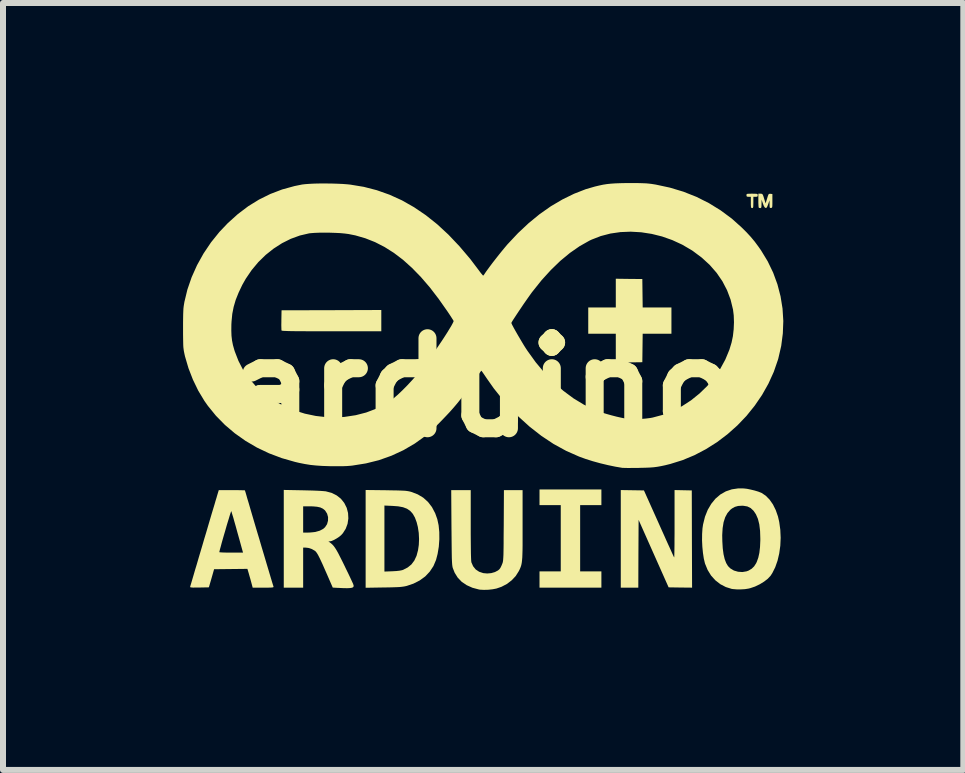
<source format=kicad_pcb>
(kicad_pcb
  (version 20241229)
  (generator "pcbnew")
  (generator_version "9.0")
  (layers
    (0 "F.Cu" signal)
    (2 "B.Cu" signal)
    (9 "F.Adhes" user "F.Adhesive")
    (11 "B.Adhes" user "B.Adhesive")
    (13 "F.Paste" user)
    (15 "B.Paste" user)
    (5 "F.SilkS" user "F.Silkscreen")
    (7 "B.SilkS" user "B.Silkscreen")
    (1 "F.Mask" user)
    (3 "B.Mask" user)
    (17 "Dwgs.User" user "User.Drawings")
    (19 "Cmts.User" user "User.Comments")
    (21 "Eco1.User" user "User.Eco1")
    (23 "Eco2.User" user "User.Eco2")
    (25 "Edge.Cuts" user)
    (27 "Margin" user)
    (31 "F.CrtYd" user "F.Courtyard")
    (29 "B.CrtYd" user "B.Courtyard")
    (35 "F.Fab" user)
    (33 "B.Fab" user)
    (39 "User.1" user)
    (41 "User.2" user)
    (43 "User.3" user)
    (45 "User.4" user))
  (footprint "arduino"
    (layer "F.Cu")
    (at 5.001 3.407)
    (property "Reference" "arduino" (at 0 0 0) (layer "F.SilkS") (effects (font (size 1.5 1.5) (thickness 0.3))))
    (attr board_only exclude_from_pos_files exclude_from_bom)
    (fp_poly (pts (xy -1.698 -1.115) (xy -1.698 -0.938) (xy -2.527 -0.938) (xy -2.683 -0.938) (xy -2.819 -0.938) (xy -2.936 -0.938) (xy -3.037 -0.939) (xy -3.121 -0.939) (xy -3.19 -0.94) (xy -3.246 -0.941) (xy -3.289 -0.943) (xy -3.321 -0.944) (xy -3.343 -0.946) (xy -3.355 -0.948) (xy -3.36 -0.951) (xy -3.361 -0.951) (xy -3.362 -0.966) (xy -3.363 -0.997) (xy -3.364 -1.042) (xy -3.363 -1.095) (xy -3.363 -1.126) (xy -3.36 -1.287) (xy -2.529 -1.289) (xy -1.698 -1.292)) (stroke (width 0) (type solid)) (fill yes) (layer "F.SilkS"))
    (fp_poly (pts (xy 1.969 1.828) (xy 1.969 1.959) (xy 1.792 1.959) (xy 1.615 1.959) (xy 1.615 2.511) (xy 1.615 3.063) (xy 1.792 3.063) (xy 1.969 3.063) (xy 1.969 3.198) (xy 1.969 3.334) (xy 1.453 3.334) (xy 0.938 3.334) (xy 0.938 3.198) (xy 0.938 3.063) (xy 1.115 3.063) (xy 1.292 3.063) (xy 1.292 2.511) (xy 1.292 1.959) (xy 1.115 1.959) (xy 0.938 1.959) (xy 0.938 1.828) (xy 0.938 1.698) (xy 1.453 1.698) (xy 1.969 1.698)) (stroke (width 0) (type solid)) (fill yes) (layer "F.SilkS"))
    (fp_poly (pts (xy 2.43 -1.81) (xy 2.651 -1.808) (xy 2.654 -1.571) (xy 2.657 -1.334) (xy 2.897 -1.334) (xy 3.136 -1.334) (xy 3.136 -1.115) (xy 3.136 -0.896) (xy 2.897 -0.896) (xy 2.657 -0.896) (xy 2.654 -0.659) (xy 2.651 -0.422) (xy 2.43 -0.419) (xy 2.209 -0.416) (xy 2.209 -0.656) (xy 2.209 -0.896) (xy 1.979 -0.896) (xy 1.75 -0.896) (xy 1.75 -1.115) (xy 1.75 -1.334) (xy 1.979 -1.334) (xy 2.209 -1.334) (xy 2.209 -1.573) (xy 2.209 -1.813)) (stroke (width 0) (type solid)) (fill yes) (layer "F.SilkS"))
    (fp_poly (pts (xy 4.524 -3.229) (xy 4.552 -3.228) (xy 4.567 -3.224) (xy 4.573 -3.217) (xy 4.574 -3.206) (xy 4.574 -3.204) (xy 4.571 -3.186) (xy 4.559 -3.179) (xy 4.537 -3.178) (xy 4.501 -3.178) (xy 4.501 -3.084) (xy 4.5 -3.039) (xy 4.499 -3.012) (xy 4.495 -2.997) (xy 4.488 -2.991) (xy 4.48 -2.99) (xy 4.47 -2.992) (xy 4.464 -2.999) (xy 4.461 -3.016) (xy 4.459 -3.047) (xy 4.459 -3.084) (xy 4.459 -3.178) (xy 4.423 -3.178) (xy 4.398 -3.18) (xy 4.388 -3.188) (xy 4.386 -3.204) (xy 4.387 -3.216) (xy 4.392 -3.224) (xy 4.405 -3.228) (xy 4.43 -3.229) (xy 4.472 -3.23) (xy 4.48 -3.23)) (stroke (width 0) (type solid)) (fill yes) (layer "F.SilkS"))
    (fp_poly (pts (xy 3.331 1.711) (xy 3.475 1.714) (xy 3.477 2.524) (xy 3.48 3.334) (xy 3.284 3.332) (xy 3.089 3.329) (xy 2.839 2.767) (xy 2.589 2.205) (xy 2.586 2.769) (xy 2.584 3.334) (xy 2.438 3.334) (xy 2.292 3.334) (xy 2.292 2.521) (xy 2.292 1.708) (xy 2.485 1.711) (xy 2.678 1.714) (xy 2.927 2.269) (xy 2.972 2.37) (xy 3.015 2.465) (xy 3.054 2.553) (xy 3.09 2.632) (xy 3.121 2.7) (xy 3.146 2.756) (xy 3.165 2.797) (xy 3.177 2.823) (xy 3.181 2.831) (xy 3.183 2.822) (xy 3.184 2.794) (xy 3.185 2.749) (xy 3.186 2.689) (xy 3.187 2.615) (xy 3.187 2.53) (xy 3.188 2.436) (xy 3.188 2.333) (xy 3.188 2.273) (xy 3.188 1.708)) (stroke (width 0) (type solid)) (fill yes) (layer "F.SilkS"))
    (fp_poly (pts (xy 4.637 -3.229) (xy 4.649 -3.224) (xy 4.659 -3.211) (xy 4.669 -3.185) (xy 4.68 -3.149) (xy 4.705 -3.068) (xy 4.73 -3.149) (xy 4.742 -3.189) (xy 4.751 -3.213) (xy 4.76 -3.225) (xy 4.772 -3.228) (xy 4.786 -3.228) (xy 4.818 -3.224) (xy 4.818 -3.11) (xy 4.818 -3.06) (xy 4.817 -3.027) (xy 4.815 -3.007) (xy 4.809 -2.997) (xy 4.801 -2.993) (xy 4.795 -2.992) (xy 4.782 -2.992) (xy 4.775 -2.998) (xy 4.772 -3.016) (xy 4.771 -3.05) (xy 4.771 -3.054) (xy 4.77 -3.12) (xy 4.748 -3.055) (xy 4.734 -3.019) (xy 4.723 -2.999) (xy 4.712 -2.992) (xy 4.705 -2.992) (xy 4.691 -3.001) (xy 4.676 -3.024) (xy 4.661 -3.063) (xy 4.638 -3.131) (xy 4.637 -3.06) (xy 4.636 -3.023) (xy 4.633 -3.001) (xy 4.626 -2.992) (xy 4.617 -2.99) (xy 4.597 -2.993) (xy 4.591 -2.997) (xy 4.588 -3.01) (xy 4.586 -3.039) (xy 4.584 -3.079) (xy 4.584 -3.117) (xy 4.584 -3.23) (xy 4.619 -3.23)) (stroke (width 0) (type solid)) (fill yes) (layer "F.SilkS"))
    (fp_poly (pts (xy -1.617 1.711) (xy -1.523 1.713) (xy -1.446 1.714) (xy -1.385 1.716) (xy -1.337 1.718) (xy -1.299 1.72) (xy -1.268 1.724) (xy -1.243 1.728) (xy -1.22 1.733) (xy -1.198 1.739) (xy -1.091 1.78) (xy -0.999 1.835) (xy -0.92 1.906) (xy -0.854 1.992) (xy -0.8 2.095) (xy -0.765 2.193) (xy -0.743 2.295) (xy -0.732 2.408) (xy -0.731 2.529) (xy -0.74 2.652) (xy -0.76 2.772) (xy -0.786 2.872) (xy -0.829 2.974) (xy -0.89 3.066) (xy -0.966 3.147) (xy -1.058 3.214) (xy -1.162 3.267) (xy -1.271 3.304) (xy -1.3 3.311) (xy -1.328 3.316) (xy -1.359 3.32) (xy -1.396 3.324) (xy -1.442 3.326) (xy -1.5 3.328) (xy -1.573 3.33) (xy -1.659 3.331) (xy -1.959 3.336) (xy -1.959 2.521) (xy -1.959 2.516) (xy -1.646 2.516) (xy -1.646 3.066) (xy -1.513 3.061) (xy -1.444 3.057) (xy -1.392 3.051) (xy -1.352 3.043) (xy -1.332 3.036) (xy -1.257 2.997) (xy -1.196 2.947) (xy -1.148 2.883) (xy -1.111 2.804) (xy -1.086 2.71) (xy -1.073 2.621) (xy -1.069 2.524) (xy -1.074 2.422) (xy -1.089 2.323) (xy -1.109 2.244) (xy -1.138 2.166) (xy -1.174 2.103) (xy -1.217 2.055) (xy -1.27 2.019) (xy -1.336 1.994) (xy -1.417 1.979) (xy -1.513 1.972) (xy -1.646 1.966) (xy -1.646 2.516) (xy -1.959 2.516) (xy -1.959 1.707)) (stroke (width 0) (type solid)) (fill yes) (layer "F.SilkS"))
    (fp_poly (pts (xy -0.208 2.289) (xy -0.208 2.438) (xy -0.207 2.566) (xy -0.206 2.674) (xy -0.205 2.762) (xy -0.203 2.829) (xy -0.201 2.877) (xy -0.198 2.906) (xy -0.197 2.912) (xy -0.168 2.978) (xy -0.125 3.031) (xy -0.068 3.069) (xy 0.001 3.092) (xy 0.067 3.098) (xy 0.134 3.092) (xy 0.196 3.074) (xy 0.247 3.047) (xy 0.27 3.027) (xy 0.286 3.005) (xy 0.303 2.971) (xy 0.315 2.942) (xy 0.32 2.929) (xy 0.325 2.915) (xy 0.328 2.9) (xy 0.331 2.881) (xy 0.333 2.858) (xy 0.335 2.827) (xy 0.337 2.787) (xy 0.338 2.737) (xy 0.339 2.674) (xy 0.34 2.598) (xy 0.34 2.505) (xy 0.341 2.395) (xy 0.342 2.295) (xy 0.345 1.709) (xy 0.501 1.709) (xy 0.656 1.709) (xy 0.656 2.29) (xy 0.656 2.421) (xy 0.656 2.534) (xy 0.656 2.63) (xy 0.655 2.71) (xy 0.653 2.777) (xy 0.651 2.832) (xy 0.647 2.877) (xy 0.643 2.914) (xy 0.637 2.946) (xy 0.63 2.973) (xy 0.621 2.998) (xy 0.611 3.022) (xy 0.599 3.047) (xy 0.591 3.062) (xy 0.541 3.141) (xy 0.474 3.212) (xy 0.394 3.273) (xy 0.304 3.32) (xy 0.22 3.349) (xy 0.157 3.361) (xy 0.085 3.369) (xy 0.013 3.371) (xy -0.05 3.368) (xy -0.07 3.365) (xy -0.179 3.336) (xy -0.275 3.293) (xy -0.358 3.237) (xy -0.425 3.167) (xy -0.476 3.085) (xy -0.507 3.006) (xy -0.511 2.991) (xy -0.514 2.973) (xy -0.517 2.95) (xy -0.519 2.922) (xy -0.521 2.886) (xy -0.523 2.84) (xy -0.524 2.783) (xy -0.525 2.713) (xy -0.526 2.628) (xy -0.527 2.527) (xy -0.528 2.407) (xy -0.529 2.326) (xy -0.533 1.709) (xy -0.371 1.709) (xy -0.208 1.709)) (stroke (width 0) (type solid)) (fill yes) (layer "F.SilkS"))
    (fp_poly (pts (xy 4.339 1.681) (xy 4.394 1.687) (xy 4.457 1.7) (xy 4.523 1.716) (xy 4.583 1.734) (xy 4.631 1.753) (xy 4.64 1.757) (xy 4.708 1.803) (xy 4.771 1.867) (xy 4.827 1.947) (xy 4.874 2.042) (xy 4.911 2.148) (xy 4.932 2.24) (xy 4.95 2.37) (xy 4.956 2.503) (xy 4.95 2.635) (xy 4.932 2.764) (xy 4.904 2.884) (xy 4.865 2.995) (xy 4.817 3.091) (xy 4.787 3.137) (xy 4.741 3.186) (xy 4.679 3.234) (xy 4.607 3.278) (xy 4.528 3.316) (xy 4.448 3.343) (xy 4.418 3.35) (xy 4.361 3.359) (xy 4.294 3.363) (xy 4.226 3.363) (xy 4.166 3.358) (xy 4.141 3.355) (xy 4.042 3.324) (xy 3.95 3.276) (xy 3.867 3.211) (xy 3.796 3.132) (xy 3.739 3.039) (xy 3.697 2.937) (xy 3.694 2.928) (xy 3.675 2.848) (xy 3.661 2.754) (xy 3.651 2.652) (xy 3.646 2.546) (xy 3.647 2.459) (xy 3.982 2.459) (xy 3.984 2.563) (xy 3.991 2.679) (xy 4.004 2.777) (xy 4.023 2.858) (xy 4.048 2.924) (xy 4.079 2.975) (xy 4.117 3.013) (xy 4.177 3.049) (xy 4.246 3.069) (xy 4.318 3.074) (xy 4.389 3.062) (xy 4.423 3.049) (xy 4.474 3.018) (xy 4.514 2.979) (xy 4.548 2.926) (xy 4.558 2.904) (xy 4.583 2.835) (xy 4.601 2.754) (xy 4.612 2.658) (xy 4.617 2.545) (xy 4.617 2.516) (xy 4.613 2.389) (xy 4.6 2.28) (xy 4.577 2.188) (xy 4.544 2.112) (xy 4.504 2.053) (xy 4.456 2.008) (xy 4.401 1.981) (xy 4.336 1.97) (xy 4.314 1.969) (xy 4.247 1.973) (xy 4.193 1.988) (xy 4.145 2.015) (xy 4.116 2.038) (xy 4.069 2.092) (xy 4.032 2.16) (xy 4.005 2.244) (xy 3.989 2.343) (xy 3.982 2.459) (xy 3.647 2.459) (xy 3.647 2.443) (xy 3.653 2.349) (xy 3.663 2.281) (xy 3.695 2.152) (xy 3.741 2.037) (xy 3.8 1.937) (xy 3.87 1.851) (xy 3.951 1.782) (xy 4.042 1.73) (xy 4.142 1.696) (xy 4.25 1.68)) (stroke (width 0) (type solid)) (fill yes) (layer "F.SilkS"))
    (fp_poly (pts (xy -3.008 1.712) (xy -2.925 1.714) (xy -2.845 1.716) (xy -2.772 1.719) (xy -2.709 1.722) (xy -2.658 1.726) (xy -2.625 1.729) (xy -2.62 1.73) (xy -2.526 1.755) (xy -2.442 1.797) (xy -2.371 1.853) (xy -2.315 1.923) (xy -2.274 2.005) (xy -2.252 2.091) (xy -2.247 2.181) (xy -2.26 2.27) (xy -2.291 2.353) (xy -2.338 2.427) (xy -2.365 2.457) (xy -2.398 2.485) (xy -2.44 2.513) (xy -2.484 2.538) (xy -2.525 2.556) (xy -2.556 2.563) (xy -2.558 2.563) (xy -2.579 2.564) (xy -2.558 2.579) (xy -2.533 2.598) (xy -2.51 2.619) (xy -2.489 2.643) (xy -2.468 2.672) (xy -2.444 2.71) (xy -2.417 2.758) (xy -2.386 2.819) (xy -2.348 2.894) (xy -2.318 2.955) (xy -2.283 3.028) (xy -2.249 3.097) (xy -2.22 3.158) (xy -2.196 3.21) (xy -2.178 3.249) (xy -2.167 3.273) (xy -2.166 3.277) (xy -2.159 3.298) (xy -2.16 3.315) (xy -2.169 3.328) (xy -2.189 3.336) (xy -2.221 3.341) (xy -2.267 3.343) (xy -2.33 3.342) (xy -2.411 3.338) (xy -2.439 3.337) (xy -2.507 3.333) (xy -2.594 3.133) (xy -2.638 3.033) (xy -2.674 2.951) (xy -2.705 2.884) (xy -2.73 2.832) (xy -2.751 2.791) (xy -2.769 2.761) (xy -2.784 2.74) (xy -2.797 2.726) (xy -2.803 2.721) (xy -2.855 2.691) (xy -2.914 2.672) (xy -2.96 2.667) (xy -3 2.667) (xy -3 3) (xy -3 3.334) (xy -3.162 3.334) (xy -3.323 3.334) (xy -3.323 2.52) (xy -3.323 2.198) (xy -3 2.198) (xy -3 2.417) (xy -2.929 2.417) (xy -2.881 2.415) (xy -2.829 2.41) (xy -2.797 2.406) (xy -2.723 2.385) (xy -2.665 2.354) (xy -2.635 2.327) (xy -2.602 2.277) (xy -2.586 2.219) (xy -2.585 2.159) (xy -2.601 2.101) (xy -2.633 2.051) (xy -2.638 2.045) (xy -2.672 2.018) (xy -2.714 1.998) (xy -2.769 1.986) (xy -2.838 1.98) (xy -2.888 1.979) (xy -3 1.979) (xy -3 2.198) (xy -3.323 2.198) (xy -3.323 1.706)) (stroke (width 0) (type solid)) (fill yes) (layer "F.SilkS"))
    (fp_poly (pts (xy -4.123 1.709) (xy -4.065 1.71) (xy -4.019 1.711) (xy -3.986 1.712) (xy -3.97 1.713) (xy -3.969 1.714) (xy -3.967 1.725) (xy -3.958 1.753) (xy -3.945 1.798) (xy -3.928 1.858) (xy -3.906 1.93) (xy -3.882 2.013) (xy -3.855 2.105) (xy -3.826 2.204) (xy -3.795 2.309) (xy -3.763 2.417) (xy -3.73 2.526) (xy -3.698 2.636) (xy -3.666 2.743) (xy -3.635 2.847) (xy -3.606 2.945) (xy -3.579 3.035) (xy -3.555 3.116) (xy -3.534 3.186) (xy -3.517 3.243) (xy -3.504 3.285) (xy -3.496 3.31) (xy -3.494 3.317) (xy -3.494 3.323) (xy -3.5 3.328) (xy -3.515 3.331) (xy -3.543 3.333) (xy -3.584 3.334) (xy -3.643 3.334) (xy -3.665 3.334) (xy -3.841 3.334) (xy -3.864 3.248) (xy -3.878 3.196) (xy -3.894 3.141) (xy -3.907 3.094) (xy -3.908 3.091) (xy -3.929 3.021) (xy -4.207 3.024) (xy -4.484 3.027) (xy -4.527 3.178) (xy -4.571 3.329) (xy -4.729 3.332) (xy -4.79 3.332) (xy -4.832 3.333) (xy -4.86 3.331) (xy -4.876 3.329) (xy -4.882 3.325) (xy -4.883 3.318) (xy -4.882 3.316) (xy -4.875 3.291) (xy -4.862 3.248) (xy -4.845 3.19) (xy -4.824 3.119) (xy -4.8 3.036) (xy -4.772 2.944) (xy -4.743 2.844) (xy -4.713 2.743) (xy -4.397 2.743) (xy -4.387 2.745) (xy -4.359 2.747) (xy -4.317 2.749) (xy -4.264 2.75) (xy -4.203 2.75) (xy -4.199 2.75) (xy -4.002 2.75) (xy -4.026 2.664) (xy -4.063 2.529) (xy -4.096 2.412) (xy -4.123 2.313) (xy -4.146 2.233) (xy -4.164 2.168) (xy -4.179 2.12) (xy -4.189 2.086) (xy -4.195 2.066) (xy -4.198 2.06) (xy -4.202 2.068) (xy -4.211 2.094) (xy -4.224 2.134) (xy -4.239 2.185) (xy -4.258 2.246) (xy -4.278 2.313) (xy -4.298 2.384) (xy -4.319 2.455) (xy -4.339 2.524) (xy -4.357 2.588) (xy -4.372 2.645) (xy -4.385 2.691) (xy -4.393 2.724) (xy -4.397 2.741) (xy -4.397 2.743) (xy -4.713 2.743) (xy -4.712 2.74) (xy -4.68 2.632) (xy -4.648 2.522) (xy -4.615 2.413) (xy -4.584 2.307) (xy -4.554 2.205) (xy -4.526 2.11) (xy -4.5 2.024) (xy -4.477 1.948) (xy -4.459 1.885) (xy -4.444 1.837) (xy -4.435 1.805) (xy -4.432 1.795) (xy -4.406 1.709) (xy -4.188 1.709)) (stroke (width 0) (type solid)) (fill yes) (layer "F.SilkS"))
    (fp_poly (pts (xy 2.538 -3.407) (xy 2.609 -3.406) (xy 2.667 -3.404) (xy 2.716 -3.402) (xy 2.759 -3.398) (xy 2.802 -3.393) (xy 2.847 -3.386) (xy 2.877 -3.381) (xy 3.11 -3.331) (xy 3.336 -3.263) (xy 3.553 -3.177) (xy 3.76 -3.073) (xy 3.956 -2.952) (xy 4.14 -2.816) (xy 4.301 -2.672) (xy 4.386 -2.588) (xy 4.458 -2.51) (xy 4.523 -2.432) (xy 4.586 -2.347) (xy 4.63 -2.284) (xy 4.74 -2.103) (xy 4.831 -1.914) (xy 4.902 -1.72) (xy 4.954 -1.52) (xy 4.987 -1.316) (xy 5 -1.109) (xy 4.992 -0.901) (xy 4.965 -0.693) (xy 4.917 -0.485) (xy 4.911 -0.464) (xy 4.841 -0.261) (xy 4.752 -0.065) (xy 4.646 0.123) (xy 4.523 0.303) (xy 4.386 0.473) (xy 4.235 0.631) (xy 4.071 0.777) (xy 3.897 0.909) (xy 3.712 1.026) (xy 3.52 1.127) (xy 3.32 1.21) (xy 3.115 1.274) (xy 3.106 1.276) (xy 3.03 1.295) (xy 2.964 1.309) (xy 2.903 1.32) (xy 2.842 1.328) (xy 2.776 1.333) (xy 2.7 1.336) (xy 2.61 1.338) (xy 2.589 1.339) (xy 2.519 1.339) (xy 2.453 1.34) (xy 2.397 1.34) (xy 2.353 1.339) (xy 2.325 1.338) (xy 2.318 1.338) (xy 2.205 1.319) (xy 2.08 1.293) (xy 1.951 1.262) (xy 1.824 1.227) (xy 1.704 1.189) (xy 1.599 1.151) (xy 1.599 1.151) (xy 1.382 1.055) (xy 1.172 0.94) (xy 0.969 0.805) (xy 0.772 0.651) (xy 0.581 0.478) (xy 0.547 0.443) (xy 0.355 0.237) (xy 0.179 0.018) (xy 0.069 -0.138) (xy 0.037 -0.185) (xy 0.009 -0.226) (xy -0.013 -0.258) (xy -0.027 -0.276) (xy -0.031 -0.281) (xy -0.039 -0.272) (xy -0.055 -0.25) (xy -0.079 -0.217) (xy -0.107 -0.176) (xy -0.113 -0.167) (xy -0.203 -0.036) (xy -0.304 0.101) (xy -0.409 0.234) (xy -0.455 0.29) (xy -0.503 0.346) (xy -0.56 0.41) (xy -0.624 0.478) (xy -0.69 0.547) (xy -0.757 0.615) (xy -0.821 0.678) (xy -0.879 0.733) (xy -0.929 0.778) (xy -0.96 0.804) (xy -1.14 0.933) (xy -1.33 1.044) (xy -1.529 1.136) (xy -1.737 1.21) (xy -1.954 1.264) (xy -2.18 1.3) (xy -2.207 1.303) (xy -2.271 1.308) (xy -2.353 1.311) (xy -2.449 1.311) (xy -2.554 1.31) (xy -2.561 1.31) (xy -2.68 1.306) (xy -2.784 1.299) (xy -2.88 1.289) (xy -2.973 1.274) (xy -3.068 1.255) (xy -3.136 1.239) (xy -3.356 1.176) (xy -3.568 1.096) (xy -3.77 1) (xy -3.961 0.888) (xy -4.139 0.762) (xy -4.304 0.622) (xy -4.454 0.469) (xy -4.588 0.304) (xy -4.645 0.223) (xy -4.748 0.052) (xy -4.837 -0.132) (xy -4.911 -0.323) (xy -4.968 -0.517) (xy -4.975 -0.547) (xy -4.982 -0.58) (xy -4.988 -0.61) (xy -4.992 -0.64) (xy -4.996 -0.672) (xy -4.998 -0.71) (xy -4.999 -0.757) (xy -5 -0.815) (xy -5.001 -0.888) (xy -5.001 -0.949) (xy -4.197 -0.949) (xy -4.194 -0.862) (xy -4.185 -0.784) (xy -4.17 -0.708) (xy -4.148 -0.63) (xy -4.14 -0.604) (xy -4.078 -0.444) (xy -4.003 -0.298) (xy -3.911 -0.164) (xy -3.802 -0.038) (xy -3.753 0.012) (xy -3.62 0.125) (xy -3.474 0.225) (xy -3.315 0.31) (xy -3.147 0.38) (xy -2.972 0.435) (xy -2.791 0.473) (xy -2.608 0.494) (xy -2.425 0.497) (xy -2.311 0.489) (xy -2.125 0.461) (xy -1.95 0.416) (xy -1.786 0.354) (xy -1.631 0.274) (xy -1.564 0.232) (xy -1.499 0.184) (xy -1.425 0.121) (xy -1.345 0.045) (xy -1.26 -0.041) (xy -1.173 -0.135) (xy -1.086 -0.236) (xy -1.001 -0.34) (xy -0.938 -0.422) (xy -0.891 -0.486) (xy -0.841 -0.555) (xy -0.79 -0.629) (xy -0.739 -0.704) (xy -0.689 -0.778) (xy -0.642 -0.85) (xy -0.599 -0.917) (xy -0.562 -0.978) (xy -0.531 -1.029) (xy -0.509 -1.07) (xy -0.506 -1.076) (xy 0.469 -1.076) (xy 0.474 -1.062) (xy 0.488 -1.033) (xy 0.51 -0.992) (xy 0.538 -0.942) (xy 0.57 -0.886) (xy 0.605 -0.826) (xy 0.64 -0.767) (xy 0.674 -0.71) (xy 0.706 -0.659) (xy 0.734 -0.617) (xy 0.735 -0.615) (xy 0.874 -0.422) (xy 1.021 -0.246) (xy 1.175 -0.086) (xy 1.337 0.056) (xy 1.504 0.18) (xy 1.677 0.285) (xy 1.854 0.37) (xy 1.927 0.399) (xy 1.989 0.42) (xy 2.062 0.442) (xy 2.141 0.464) (xy 2.222 0.485) (xy 2.297 0.502) (xy 2.361 0.515) (xy 2.391 0.52) (xy 2.457 0.526) (xy 2.535 0.527) (xy 2.621 0.524) (xy 2.707 0.517) (xy 2.786 0.507) (xy 2.823 0.5) (xy 2.992 0.455) (xy 3.157 0.391) (xy 3.315 0.309) (xy 3.464 0.212) (xy 3.604 0.099) (xy 3.733 -0.026) (xy 3.848 -0.163) (xy 3.949 -0.311) (xy 4.034 -0.467) (xy 4.102 -0.631) (xy 4.138 -0.75) (xy 4.16 -0.855) (xy 4.173 -0.97) (xy 4.178 -1.088) (xy 4.174 -1.202) (xy 4.162 -1.299) (xy 4.122 -1.464) (xy 4.063 -1.621) (xy 3.985 -1.771) (xy 3.889 -1.911) (xy 3.774 -2.043) (xy 3.642 -2.164) (xy 3.492 -2.276) (xy 3.472 -2.289) (xy 3.315 -2.381) (xy 3.15 -2.457) (xy 2.98 -2.517) (xy 2.807 -2.56) (xy 2.632 -2.587) (xy 2.458 -2.597) (xy 2.287 -2.59) (xy 2.12 -2.566) (xy 1.959 -2.524) (xy 1.807 -2.465) (xy 1.769 -2.447) (xy 1.606 -2.355) (xy 1.445 -2.243) (xy 1.285 -2.111) (xy 1.128 -1.959) (xy 0.973 -1.789) (xy 0.822 -1.6) (xy 0.813 -1.589) (xy 0.785 -1.55) (xy 0.751 -1.502) (xy 0.713 -1.448) (xy 0.672 -1.389) (xy 0.631 -1.328) (xy 0.591 -1.269) (xy 0.554 -1.213) (xy 0.522 -1.164) (xy 0.495 -1.123) (xy 0.477 -1.093) (xy 0.469 -1.077) (xy 0.469 -1.076) (xy -0.506 -1.076) (xy -0.496 -1.097) (xy -0.493 -1.109) (xy -0.501 -1.123) (xy -0.518 -1.15) (xy -0.542 -1.188) (xy -0.572 -1.233) (xy -0.592 -1.263) (xy -0.741 -1.475) (xy -0.889 -1.668) (xy -1.037 -1.84) (xy -1.186 -1.993) (xy -1.336 -2.128) (xy -1.489 -2.244) (xy -1.644 -2.342) (xy -1.802 -2.423) (xy -1.964 -2.487) (xy -2.13 -2.535) (xy -2.245 -2.558) (xy -2.306 -2.566) (xy -2.381 -2.573) (xy -2.465 -2.577) (xy -2.555 -2.58) (xy -2.646 -2.581) (xy -2.732 -2.58) (xy -2.809 -2.577) (xy -2.873 -2.572) (xy -2.901 -2.569) (xy -3.055 -2.533) (xy -3.206 -2.478) (xy -3.352 -2.405) (xy -3.492 -2.315) (xy -3.624 -2.21) (xy -3.747 -2.09) (xy -3.858 -1.957) (xy -3.956 -1.813) (xy -4.015 -1.709) (xy -4.076 -1.58) (xy -4.124 -1.46) (xy -4.158 -1.344) (xy -4.181 -1.227) (xy -4.193 -1.103) (xy -4.196 -1.051) (xy -4.197 -0.949) (xy -5.001 -0.949) (xy -5.001 -0.978) (xy -5.001 -0.987) (xy -5.001 -1.082) (xy -5 -1.159) (xy -4.999 -1.221) (xy -4.997 -1.272) (xy -4.995 -1.314) (xy -4.991 -1.35) (xy -4.986 -1.383) (xy -4.98 -1.417) (xy -4.98 -1.421) (xy -4.929 -1.632) (xy -4.858 -1.838) (xy -4.768 -2.039) (xy -4.66 -2.233) (xy -4.535 -2.419) (xy -4.394 -2.594) (xy -4.254 -2.741) (xy -4.087 -2.891) (xy -3.915 -3.021) (xy -3.735 -3.132) (xy -3.547 -3.225) (xy -3.351 -3.3) (xy -3.144 -3.357) (xy -3.016 -3.383) (xy -2.963 -3.389) (xy -2.894 -3.394) (xy -2.812 -3.398) (xy -2.72 -3.4) (xy -2.624 -3.4) (xy -2.525 -3.399) (xy -2.43 -3.396) (xy -2.34 -3.392) (xy -2.261 -3.386) (xy -2.214 -3.381) (xy -1.99 -3.344) (xy -1.773 -3.288) (xy -1.561 -3.213) (xy -1.354 -3.119) (xy -1.153 -3.005) (xy -0.957 -2.872) (xy -0.766 -2.72) (xy -0.579 -2.547) (xy -0.396 -2.354) (xy -0.216 -2.142) (xy -0.079 -1.961) (xy -0.051 -1.923) (xy -0.026 -1.892) (xy -0.009 -1.872) (xy -0.001 -1.865) (xy 0.008 -1.873) (xy 0.022 -1.893) (xy 0.024 -1.896) (xy 0.044 -1.926) (xy 0.075 -1.969) (xy 0.114 -2.022) (xy 0.159 -2.082) (xy 0.209 -2.146) (xy 0.26 -2.211) (xy 0.31 -2.273) (xy 0.358 -2.331) (xy 0.399 -2.38) (xy 0.409 -2.391) (xy 0.58 -2.573) (xy 0.757 -2.739) (xy 0.94 -2.889) (xy 1.128 -3.021) (xy 1.32 -3.134) (xy 1.514 -3.229) (xy 1.709 -3.305) (xy 1.861 -3.349) (xy 1.932 -3.366) (xy 1.998 -3.38) (xy 2.062 -3.39) (xy 2.129 -3.397) (xy 2.203 -3.402) (xy 2.287 -3.405) (xy 2.386 -3.407) (xy 2.45 -3.407)) (stroke (width 0) (type solid)) (fill yes) (layer "F.SilkS")))
  (gr_rect
    (start -3 -3)
    (end 13 9.778)
    (stroke (width 0.1) (type default))
    (fill no)
    (layer "Edge.Cuts")))
</source>
